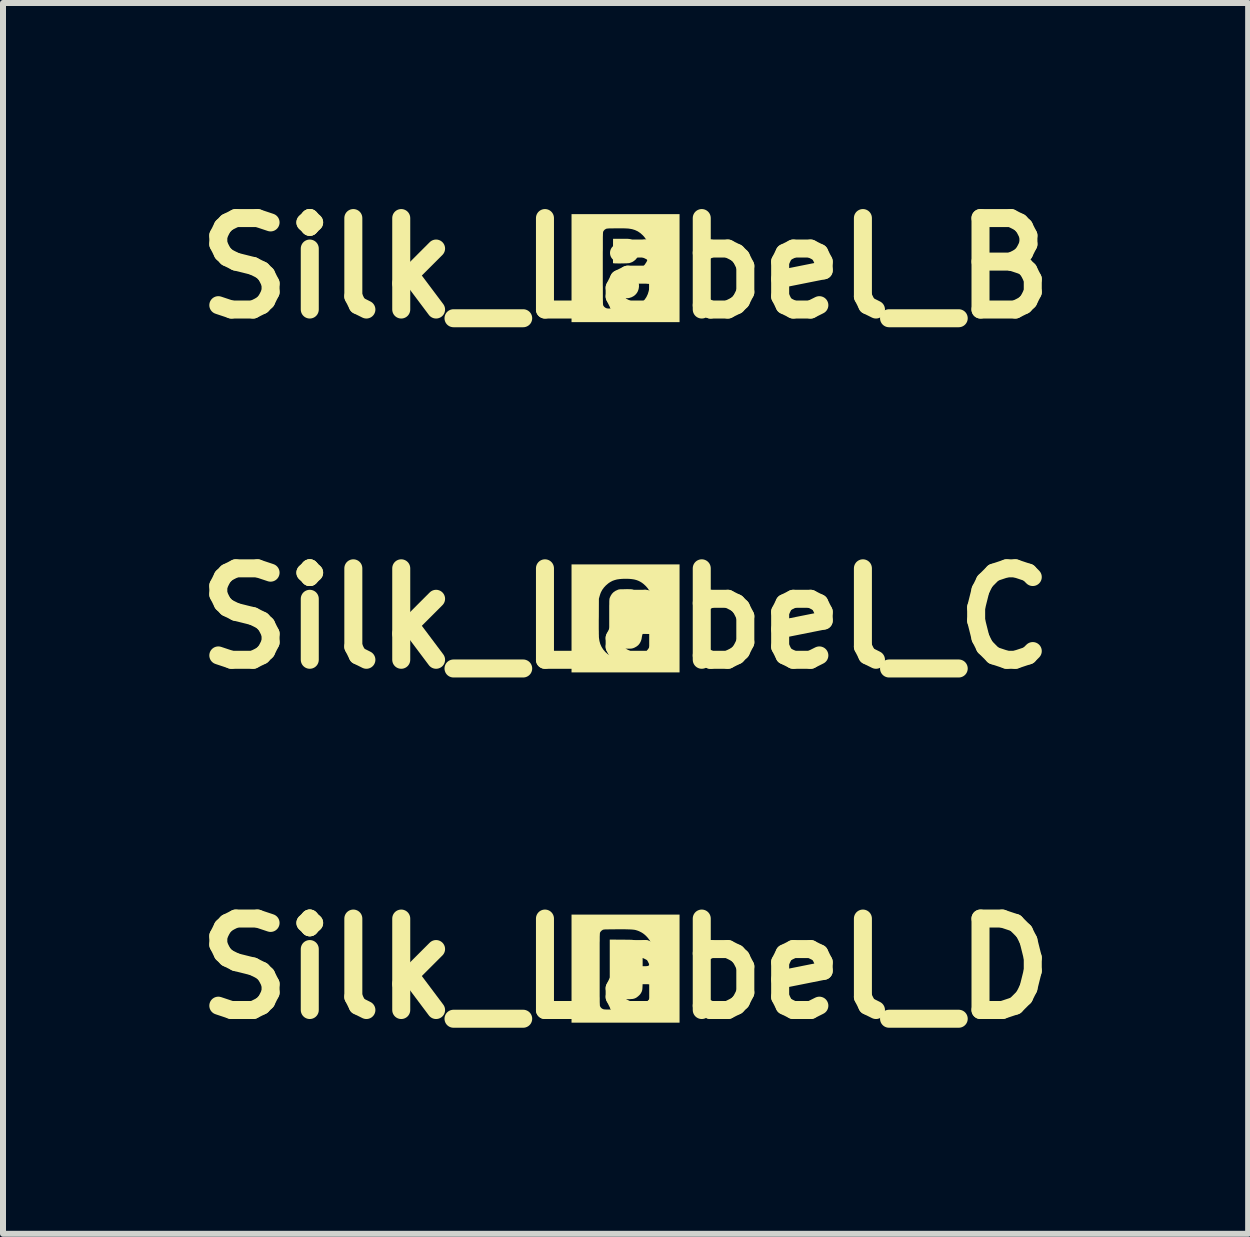
<source format=kicad_pcb>
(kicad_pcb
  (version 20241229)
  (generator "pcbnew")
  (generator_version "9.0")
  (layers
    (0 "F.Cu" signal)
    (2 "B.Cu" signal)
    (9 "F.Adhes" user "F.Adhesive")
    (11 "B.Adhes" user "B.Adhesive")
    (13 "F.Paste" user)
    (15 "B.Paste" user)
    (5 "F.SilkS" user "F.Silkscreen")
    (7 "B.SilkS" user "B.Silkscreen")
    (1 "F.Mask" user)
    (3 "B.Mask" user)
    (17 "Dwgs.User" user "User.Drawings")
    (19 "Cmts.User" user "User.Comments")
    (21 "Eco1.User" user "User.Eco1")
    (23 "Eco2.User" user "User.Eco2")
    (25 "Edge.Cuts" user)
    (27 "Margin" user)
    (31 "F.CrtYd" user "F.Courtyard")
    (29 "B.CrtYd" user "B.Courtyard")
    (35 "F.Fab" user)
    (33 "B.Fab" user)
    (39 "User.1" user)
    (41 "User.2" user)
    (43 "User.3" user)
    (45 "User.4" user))
  (footprint "Silk_Label_D"
    (layer "F.Cu")
    (at 7.373 13.09)
    (property "Reference" "Silk_Label_D" (at 0 0 0) (layer "F.SilkS") (effects (font (size 1.524 1.524) (thickness 0.3))))
    (attr board_only exclude_from_pos_files exclude_from_bom)
    (fp_poly (pts (xy -0.072 -0.483) (xy -0.029 -0.483) (xy 0.007 -0.482) (xy 0.036 -0.482) (xy 0.061 -0.482) (xy 0.08 -0.481) (xy 0.096 -0.481) (xy 0.108 -0.48) (xy 0.118 -0.479) (xy 0.125 -0.478) (xy 0.132 -0.477) (xy 0.137 -0.475) (xy 0.143 -0.473) (xy 0.177 -0.458) (xy 0.208 -0.437) (xy 0.235 -0.411) (xy 0.256 -0.381) (xy 0.272 -0.348) (xy 0.28 -0.323) (xy 0.281 -0.317) (xy 0.281 -0.309) (xy 0.282 -0.298) (xy 0.283 -0.285) (xy 0.283 -0.267) (xy 0.284 -0.246) (xy 0.284 -0.22) (xy 0.284 -0.189) (xy 0.285 -0.153) (xy 0.285 -0.111) (xy 0.285 -0.062) (xy 0.285 -0.006) (xy 0.285 0.013) (xy 0.285 0.071) (xy 0.285 0.122) (xy 0.285 0.167) (xy 0.285 0.206) (xy 0.284 0.239) (xy 0.284 0.268) (xy 0.283 0.292) (xy 0.282 0.312) (xy 0.281 0.328) (xy 0.28 0.342) (xy 0.278 0.354) (xy 0.276 0.363) (xy 0.274 0.371) (xy 0.271 0.379) (xy 0.268 0.386) (xy 0.265 0.393) (xy 0.262 0.398) (xy 0.249 0.42) (xy 0.23 0.442) (xy 0.208 0.462) (xy 0.186 0.479) (xy 0.173 0.487) (xy 0.162 0.492) (xy 0.152 0.496) (xy 0.142 0.5) (xy 0.131 0.502) (xy 0.118 0.505) (xy 0.103 0.506) (xy 0.085 0.508) (xy 0.063 0.509) (xy 0.037 0.509) (xy 0.005 0.51) (xy -0.032 0.51) (xy -0.077 0.51) (xy -0.083 0.51) (xy -0.263 0.51) (xy -0.263 -0.484)) (stroke (width 0) (type solid)) (fill yes) (layer "F.SilkS"))
    (fp_poly (pts (xy 0.9 0.9) (xy -0.9 0.9) (xy -0.9 0.013) (xy -0.431 0.013) (xy -0.431 0.092) (xy -0.431 0.163) (xy -0.431 0.228) (xy -0.431 0.286) (xy -0.431 0.338) (xy -0.431 0.385) (xy -0.431 0.425) (xy -0.431 0.461) (xy -0.43 0.493) (xy -0.43 0.519) (xy -0.43 0.542) (xy -0.43 0.562) (xy -0.429 0.577) (xy -0.429 0.59) (xy -0.428 0.601) (xy -0.428 0.609) (xy -0.427 0.615) (xy -0.427 0.62) (xy -0.426 0.623) (xy -0.425 0.626) (xy -0.424 0.628) (xy -0.41 0.65) (xy -0.392 0.666) (xy -0.368 0.676) (xy -0.359 0.679) (xy -0.351 0.679) (xy -0.337 0.68) (xy -0.317 0.681) (xy -0.292 0.681) (xy -0.263 0.681) (xy -0.23 0.682) (xy -0.195 0.682) (xy -0.159 0.682) (xy -0.122 0.682) (xy -0.084 0.682) (xy -0.048 0.682) (xy -0.013 0.681) (xy 0.019 0.681) (xy 0.047 0.681) (xy 0.071 0.68) (xy 0.09 0.68) (xy 0.104 0.679) (xy 0.105 0.679) (xy 0.158 0.671) (xy 0.206 0.657) (xy 0.252 0.637) (xy 0.294 0.611) (xy 0.335 0.577) (xy 0.341 0.572) (xy 0.376 0.533) (xy 0.406 0.49) (xy 0.428 0.444) (xy 0.445 0.394) (xy 0.452 0.356) (xy 0.453 0.345) (xy 0.454 0.327) (xy 0.455 0.303) (xy 0.456 0.274) (xy 0.456 0.24) (xy 0.457 0.202) (xy 0.457 0.161) (xy 0.458 0.117) (xy 0.458 0.072) (xy 0.458 0.026) (xy 0.458 -0.02) (xy 0.458 -0.065) (xy 0.458 -0.11) (xy 0.457 -0.152) (xy 0.457 -0.192) (xy 0.456 -0.228) (xy 0.455 -0.26) (xy 0.455 -0.288) (xy 0.454 -0.309) (xy 0.453 -0.324) (xy 0.452 -0.33) (xy 0.441 -0.383) (xy 0.423 -0.431) (xy 0.398 -0.477) (xy 0.367 -0.518) (xy 0.341 -0.546) (xy 0.314 -0.57) (xy 0.289 -0.589) (xy 0.263 -0.605) (xy 0.235 -0.619) (xy 0.22 -0.626) (xy 0.204 -0.632) (xy 0.189 -0.637) (xy 0.173 -0.642) (xy 0.156 -0.646) (xy 0.136 -0.649) (xy 0.114 -0.651) (xy 0.089 -0.653) (xy 0.06 -0.654) (xy 0.026 -0.655) (xy -0.013 -0.656) (xy -0.057 -0.656) (xy -0.108 -0.656) (xy -0.156 -0.656) (xy -0.2 -0.655) (xy -0.238 -0.655) (xy -0.269 -0.655) (xy -0.295 -0.654) (xy -0.316 -0.654) (xy -0.333 -0.654) (xy -0.346 -0.653) (xy -0.356 -0.652) (xy -0.363 -0.651) (xy -0.369 -0.65) (xy -0.373 -0.649) (xy -0.377 -0.647) (xy -0.379 -0.647) (xy -0.401 -0.632) (xy -0.418 -0.613) (xy -0.424 -0.602) (xy -0.425 -0.6) (xy -0.426 -0.597) (xy -0.427 -0.593) (xy -0.427 -0.589) (xy -0.428 -0.582) (xy -0.428 -0.574) (xy -0.429 -0.563) (xy -0.429 -0.55) (xy -0.43 -0.534) (xy -0.43 -0.515) (xy -0.43 -0.491) (xy -0.43 -0.464) (xy -0.431 -0.433) (xy -0.431 -0.396) (xy -0.431 -0.355) (xy -0.431 -0.308) (xy -0.431 -0.256) (xy -0.431 -0.197) (xy -0.431 -0.132) (xy -0.431 -0.06) (xy -0.431 0.013) (xy -0.9 0.013) (xy -0.9 -0.9) (xy 0.9 -0.9)) (stroke (width 0) (type solid)) (fill yes) (layer "F.SilkS")))
  (footprint "Silk_Label_C"
    (layer "F.Cu")
    (at 7.373 7.254)
    (property "Reference" "Silk_Label_C" (at 0 0 0) (layer "F.SilkS") (effects (font (size 1.524 1.524) (thickness 0.3))))
    (attr board_only exclude_from_pos_files exclude_from_bom)
    (fp_poly (pts (xy 0.9 0.9) (xy -0.9 0.9) (xy -0.9 0.087) (xy -0.446 0.087) (xy -0.446 0.137) (xy -0.446 0.182) (xy -0.445 0.222) (xy -0.445 0.256) (xy -0.444 0.284) (xy -0.444 0.305) (xy -0.443 0.319) (xy -0.443 0.322) (xy -0.435 0.376) (xy -0.421 0.427) (xy -0.4 0.474) (xy -0.373 0.517) (xy -0.338 0.558) (xy -0.332 0.564) (xy -0.292 0.599) (xy -0.248 0.628) (xy -0.202 0.651) (xy -0.152 0.666) (xy -0.102 0.675) (xy -0.099 0.675) (xy -0.072 0.677) (xy -0.04 0.678) (xy -0.005 0.678) (xy 0.03 0.678) (xy 0.062 0.677) (xy 0.089 0.675) (xy 0.092 0.675) (xy 0.142 0.668) (xy 0.187 0.656) (xy 0.229 0.638) (xy 0.271 0.614) (xy 0.273 0.612) (xy 0.314 0.581) (xy 0.35 0.545) (xy 0.381 0.504) (xy 0.406 0.461) (xy 0.425 0.415) (xy 0.437 0.367) (xy 0.441 0.326) (xy 0.442 0.302) (xy 0.441 0.283) (xy 0.437 0.269) (xy 0.431 0.256) (xy 0.422 0.245) (xy 0.408 0.232) (xy 0.39 0.222) (xy 0.371 0.215) (xy 0.358 0.214) (xy 0.343 0.216) (xy 0.325 0.222) (xy 0.31 0.23) (xy 0.302 0.236) (xy 0.292 0.247) (xy 0.284 0.261) (xy 0.278 0.28) (xy 0.273 0.303) (xy 0.272 0.31) (xy 0.267 0.342) (xy 0.259 0.369) (xy 0.249 0.393) (xy 0.236 0.416) (xy 0.213 0.445) (xy 0.184 0.468) (xy 0.15 0.487) (xy 0.128 0.496) (xy 0.12 0.498) (xy 0.113 0.5) (xy 0.104 0.502) (xy 0.095 0.503) (xy 0.082 0.504) (xy 0.065 0.504) (xy 0.044 0.504) (xy 0.016 0.504) (xy 0 0.504) (xy -0.031 0.504) (xy -0.056 0.504) (xy -0.076 0.504) (xy -0.09 0.503) (xy -0.102 0.502) (xy -0.111 0.501) (xy -0.118 0.499) (xy -0.124 0.497) (xy -0.162 0.481) (xy -0.195 0.459) (xy -0.223 0.432) (xy -0.245 0.4) (xy -0.263 0.363) (xy -0.265 0.356) (xy -0.266 0.352) (xy -0.267 0.348) (xy -0.268 0.343) (xy -0.269 0.336) (xy -0.27 0.327) (xy -0.27 0.316) (xy -0.271 0.302) (xy -0.271 0.284) (xy -0.271 0.263) (xy -0.272 0.237) (xy -0.272 0.206) (xy -0.272 0.17) (xy -0.272 0.128) (xy -0.272 0.08) (xy -0.272 0.024) (xy -0.272 0.009) (xy -0.272 -0.048) (xy -0.272 -0.098) (xy -0.272 -0.141) (xy -0.272 -0.179) (xy -0.272 -0.211) (xy -0.271 -0.238) (xy -0.271 -0.261) (xy -0.271 -0.279) (xy -0.27 -0.294) (xy -0.27 -0.306) (xy -0.269 -0.315) (xy -0.268 -0.322) (xy -0.267 -0.328) (xy -0.266 -0.333) (xy -0.265 -0.337) (xy -0.265 -0.338) (xy -0.248 -0.376) (xy -0.227 -0.409) (xy -0.2 -0.437) (xy -0.168 -0.459) (xy -0.13 -0.476) (xy -0.124 -0.479) (xy -0.117 -0.481) (xy -0.109 -0.482) (xy -0.1 -0.484) (xy -0.088 -0.485) (xy -0.072 -0.485) (xy -0.052 -0.485) (xy -0.026 -0.486) (xy 0 -0.486) (xy 0.031 -0.486) (xy 0.055 -0.485) (xy 0.074 -0.485) (xy 0.089 -0.485) (xy 0.1 -0.484) (xy 0.109 -0.482) (xy 0.116 -0.481) (xy 0.124 -0.479) (xy 0.128 -0.477) (xy 0.165 -0.461) (xy 0.197 -0.44) (xy 0.223 -0.415) (xy 0.236 -0.397) (xy 0.249 -0.374) (xy 0.259 -0.35) (xy 0.267 -0.324) (xy 0.272 -0.292) (xy 0.276 -0.266) (xy 0.282 -0.247) (xy 0.289 -0.232) (xy 0.299 -0.22) (xy 0.302 -0.217) (xy 0.315 -0.208) (xy 0.332 -0.201) (xy 0.349 -0.196) (xy 0.358 -0.195) (xy 0.379 -0.198) (xy 0.399 -0.208) (xy 0.417 -0.222) (xy 0.432 -0.239) (xy 0.439 -0.253) (xy 0.442 -0.272) (xy 0.443 -0.295) (xy 0.44 -0.322) (xy 0.436 -0.352) (xy 0.429 -0.382) (xy 0.42 -0.411) (xy 0.411 -0.433) (xy 0.391 -0.47) (xy 0.366 -0.506) (xy 0.336 -0.54) (xy 0.303 -0.571) (xy 0.273 -0.594) (xy 0.242 -0.613) (xy 0.211 -0.628) (xy 0.178 -0.64) (xy 0.143 -0.649) (xy 0.104 -0.655) (xy 0.06 -0.659) (xy 0.01 -0.66) (xy 0 -0.66) (xy -0.053 -0.659) (xy -0.1 -0.655) (xy -0.142 -0.649) (xy -0.179 -0.639) (xy -0.214 -0.627) (xy -0.247 -0.61) (xy -0.279 -0.59) (xy -0.294 -0.578) (xy -0.329 -0.548) (xy -0.361 -0.513) (xy -0.388 -0.476) (xy -0.409 -0.437) (xy -0.415 -0.423) (xy -0.42 -0.409) (xy -0.426 -0.391) (xy -0.432 -0.371) (xy -0.434 -0.364) (xy -0.444 -0.328) (xy -0.445 -0.025) (xy -0.446 0.033) (xy -0.446 0.087) (xy -0.9 0.087) (xy -0.9 -0.9) (xy 0.9 -0.9)) (stroke (width 0) (type solid)) (fill yes) (layer "F.SilkS")))
  (footprint "Silk_Label_B"
    (layer "F.Cu")
    (at 7.373 1.418)
    (property "Reference" "Silk_Label_B" (at 0 0 0) (layer "F.SilkS") (effects (font (size 1.524 1.524) (thickness 0.3))))
    (attr board_only exclude_from_pos_files exclude_from_bom)
    (fp_poly (pts (xy -0.041 0.094) (xy -0.013 0.094) (xy 0.01 0.094) (xy 0.028 0.094) (xy 0.042 0.095) (xy 0.053 0.096) (xy 0.061 0.097) (xy 0.069 0.098) (xy 0.076 0.1) (xy 0.083 0.102) (xy 0.085 0.103) (xy 0.121 0.119) (xy 0.153 0.14) (xy 0.179 0.167) (xy 0.2 0.197) (xy 0.215 0.231) (xy 0.223 0.268) (xy 0.224 0.308) (xy 0.218 0.347) (xy 0.206 0.383) (xy 0.188 0.415) (xy 0.164 0.443) (xy 0.135 0.466) (xy 0.102 0.484) (xy 0.064 0.496) (xy 0.062 0.497) (xy 0.052 0.499) (xy 0.039 0.5) (xy 0.022 0.501) (xy 0.001 0.502) (xy -0.026 0.502) (xy -0.059 0.502) (xy -0.085 0.502) (xy -0.114 0.502) (xy -0.141 0.502) (xy -0.164 0.502) (xy -0.184 0.501) (xy -0.198 0.501) (xy -0.206 0.5) (xy -0.208 0.5) (xy -0.208 0.496) (xy -0.208 0.485) (xy -0.209 0.468) (xy -0.209 0.446) (xy -0.209 0.418) (xy -0.21 0.387) (xy -0.21 0.353) (xy -0.21 0.315) (xy -0.21 0.296) (xy -0.21 0.094) (xy -0.077 0.094)) (stroke (width 0) (type solid)) (fill yes) (layer "F.SilkS"))
    (fp_poly (pts (xy -0.041 -0.489) (xy -0.012 -0.489) (xy 0.011 -0.489) (xy 0.029 -0.489) (xy 0.044 -0.488) (xy 0.055 -0.487) (xy 0.063 -0.486) (xy 0.071 -0.484) (xy 0.077 -0.483) (xy 0.113 -0.468) (xy 0.145 -0.447) (xy 0.173 -0.422) (xy 0.196 -0.392) (xy 0.213 -0.358) (xy 0.214 -0.354) (xy 0.22 -0.333) (xy 0.223 -0.307) (xy 0.224 -0.28) (xy 0.223 -0.255) (xy 0.221 -0.243) (xy 0.21 -0.207) (xy 0.193 -0.174) (xy 0.17 -0.145) (xy 0.142 -0.121) (xy 0.11 -0.101) (xy 0.075 -0.088) (xy 0.062 -0.084) (xy 0.051 -0.083) (xy 0.035 -0.082) (xy 0.014 -0.08) (xy -0.01 -0.08) (xy -0.036 -0.079) (xy -0.064 -0.079) (xy -0.092 -0.078) (xy -0.119 -0.078) (xy -0.144 -0.079) (xy -0.167 -0.079) (xy -0.185 -0.08) (xy -0.199 -0.081) (xy -0.207 -0.083) (xy -0.208 -0.083) (xy -0.209 -0.088) (xy -0.209 -0.099) (xy -0.209 -0.117) (xy -0.209 -0.14) (xy -0.209 -0.167) (xy -0.209 -0.198) (xy -0.209 -0.233) (xy -0.209 -0.27) (xy -0.209 -0.289) (xy -0.208 -0.489) (xy -0.077 -0.489)) (stroke (width 0) (type solid)) (fill yes) (layer "F.SilkS"))
    (fp_poly (pts (xy 0.9 0.9) (xy -0.9 0.9) (xy -0.9 0.006) (xy -0.379 0.006) (xy -0.379 0.084) (xy -0.379 0.156) (xy -0.379 0.22) (xy -0.379 0.279) (xy -0.378 0.331) (xy -0.378 0.377) (xy -0.378 0.418) (xy -0.378 0.454) (xy -0.378 0.485) (xy -0.378 0.512) (xy -0.377 0.535) (xy -0.377 0.554) (xy -0.377 0.57) (xy -0.376 0.583) (xy -0.376 0.593) (xy -0.375 0.601) (xy -0.375 0.608) (xy -0.374 0.612) (xy -0.373 0.616) (xy -0.373 0.619) (xy -0.372 0.621) (xy -0.358 0.642) (xy -0.339 0.658) (xy -0.315 0.669) (xy -0.306 0.671) (xy -0.298 0.672) (xy -0.283 0.673) (xy -0.263 0.673) (xy -0.238 0.674) (xy -0.21 0.674) (xy -0.179 0.674) (xy -0.146 0.675) (xy -0.113 0.674) (xy -0.08 0.674) (xy -0.049 0.674) (xy -0.02 0.674) (xy 0.005 0.673) (xy 0.027 0.672) (xy 0.043 0.672) (xy 0.047 0.671) (xy 0.101 0.663) (xy 0.152 0.648) (xy 0.2 0.626) (xy 0.244 0.598) (xy 0.284 0.562) (xy 0.286 0.56) (xy 0.321 0.521) (xy 0.349 0.479) (xy 0.371 0.432) (xy 0.386 0.382) (xy 0.392 0.354) (xy 0.397 0.306) (xy 0.395 0.257) (xy 0.386 0.208) (xy 0.371 0.161) (xy 0.35 0.116) (xy 0.322 0.074) (xy 0.29 0.036) (xy 0.287 0.034) (xy 0.276 0.023) (xy 0.268 0.014) (xy 0.263 0.008) (xy 0.263 0.006) (xy 0.265 0.003) (xy 0.272 -0.005) (xy 0.281 -0.015) (xy 0.286 -0.02) (xy 0.321 -0.06) (xy 0.349 -0.103) (xy 0.371 -0.148) (xy 0.386 -0.195) (xy 0.395 -0.243) (xy 0.397 -0.292) (xy 0.393 -0.341) (xy 0.382 -0.389) (xy 0.365 -0.436) (xy 0.341 -0.48) (xy 0.311 -0.522) (xy 0.286 -0.549) (xy 0.247 -0.584) (xy 0.204 -0.613) (xy 0.157 -0.635) (xy 0.108 -0.65) (xy 0.054 -0.659) (xy 0.041 -0.66) (xy 0.027 -0.661) (xy 0.006 -0.662) (xy -0.021 -0.663) (xy -0.051 -0.663) (xy -0.085 -0.663) (xy -0.12 -0.663) (xy -0.156 -0.663) (xy -0.158 -0.663) (xy -0.195 -0.663) (xy -0.227 -0.662) (xy -0.252 -0.662) (xy -0.272 -0.662) (xy -0.287 -0.661) (xy -0.299 -0.66) (xy -0.308 -0.659) (xy -0.314 -0.658) (xy -0.319 -0.657) (xy -0.324 -0.655) (xy -0.326 -0.654) (xy -0.349 -0.64) (xy -0.365 -0.621) (xy -0.372 -0.609) (xy -0.373 -0.607) (xy -0.373 -0.604) (xy -0.374 -0.601) (xy -0.375 -0.596) (xy -0.375 -0.59) (xy -0.376 -0.581) (xy -0.376 -0.571) (xy -0.377 -0.558) (xy -0.377 -0.542) (xy -0.378 -0.522) (xy -0.378 -0.499) (xy -0.378 -0.472) (xy -0.378 -0.44) (xy -0.378 -0.404) (xy -0.378 -0.363) (xy -0.378 -0.316) (xy -0.379 -0.263) (xy -0.379 -0.205) (xy -0.379 -0.14) (xy -0.379 -0.068) (xy -0.379 0.006) (xy -0.9 0.006) (xy -0.9 -0.9) (xy 0.9 -0.9)) (stroke (width 0) (type solid)) (fill yes) (layer "F.SilkS")))
  (gr_rect
    (start -3 -3)
    (end 17.747 17.508)
    (stroke (width 0.1) (type default))
    (fill no)
    (layer "Edge.Cuts")))
</source>
